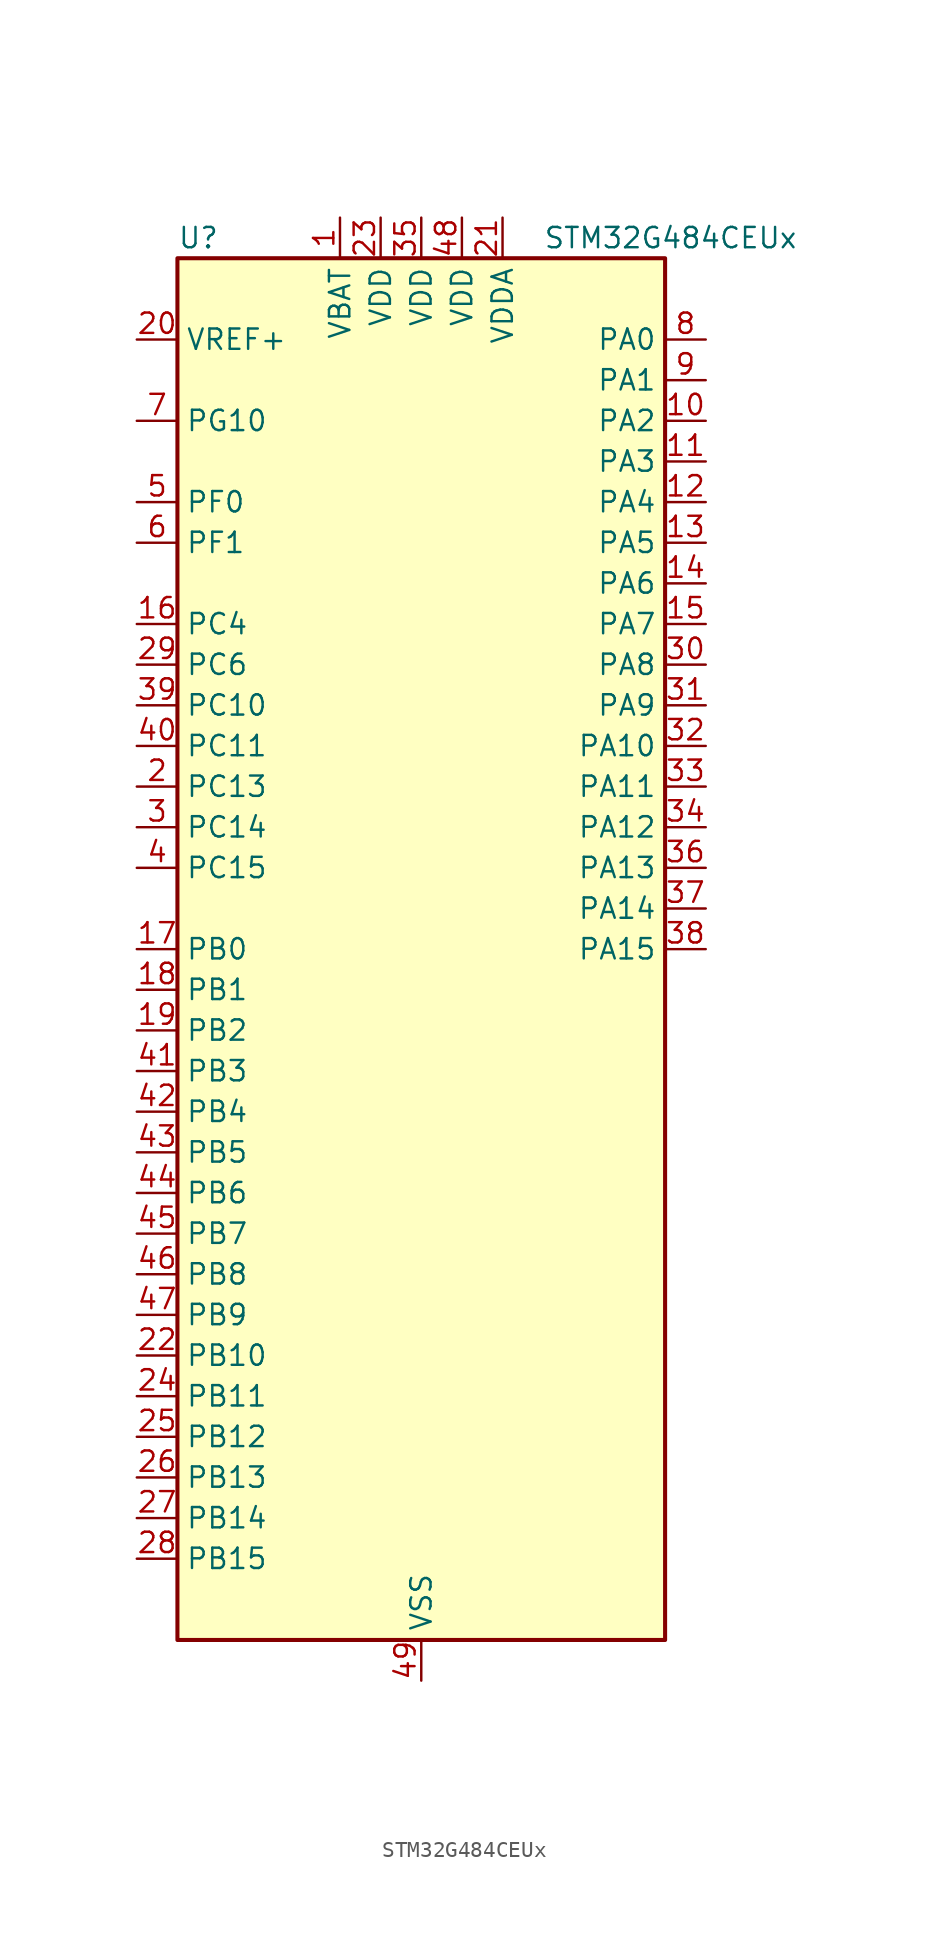
<source format=kicad_sym>
(kicad_symbol_lib
  (version 20241209)
  (generator "kicad_symbol_editor")
  (generator_version "9.0")
  (symbol "STM32G484CEUx"
    (property "Reference" "U"
      (at -15.24 44.45 0)
      (effects (font (size 1.27 1.27)) (justify left)))
    (property "Value" "STM32G484CEUx"
      (at 7.62 44.45 0)
      (effects (font (size 1.27 1.27)) (justify left)))
    (symbol "STM32G484CEUx_0_1"
      (rectangle (start -15.24 -43.18) (end 15.24 43.18) (stroke (width 0.254) (type default)) (fill (type background))))
    (symbol "STM32G484CEUx_1_1"
      (pin input line (at -17.78 38.1 0) (length 2.54) (name "VREF+" (effects (font (size 1.27 1.27)))) (number "20" (effects (font (size 1.27 1.27)))) (alternate "VREFBUF_OUT" bidirectional line))
      (pin bidirectional line (at -17.78 33.02 0) (length 2.54) (name "PG10" (effects (font (size 1.27 1.27)))) (number "7" (effects (font (size 1.27 1.27)))) (alternate "DAC1_EXTI10" bidirectional line) (alternate "DAC2_EXTI10" bidirectional line) (alternate "DAC3_EXTI10" bidirectional line) (alternate "DAC4_EXTI10" bidirectional line) (alternate "RCC_MCO" bidirectional line))
      (pin bidirectional line (at -17.78 27.94 0) (length 2.54) (name "PF0" (effects (font (size 1.27 1.27)))) (number "5" (effects (font (size 1.27 1.27)))) (alternate "ADC1_IN10" bidirectional line) (alternate "I2C2_SDA" bidirectional line) (alternate "I2S2_WS" bidirectional line) (alternate "RCC_OSC_IN" bidirectional line) (alternate "SPI2_NSS" bidirectional line) (alternate "TIM1_CH3N" bidirectional line))
      (pin bidirectional line (at -17.78 25.4 0) (length 2.54) (name "PF1" (effects (font (size 1.27 1.27)))) (number "6" (effects (font (size 1.27 1.27)))) (alternate "ADC2_IN10" bidirectional line) (alternate "COMP3_INM" bidirectional line) (alternate "I2S2_CK" bidirectional line) (alternate "RCC_OSC_OUT" bidirectional line) (alternate "SPI2_SCK" bidirectional line))
      (pin bidirectional line (at -17.78 20.32 0) (length 2.54) (name "PC4" (effects (font (size 1.27 1.27)))) (number "16" (effects (font (size 1.27 1.27)))) (alternate "ADC2_IN5" bidirectional line) (alternate "I2C2_SCL" bidirectional line) (alternate "QUADSPI1_BK2_IO3" bidirectional line) (alternate "TIM1_ETR" bidirectional line) (alternate "USART1_TX" bidirectional line))
      (pin bidirectional line (at -17.78 17.78 0) (length 2.54) (name "PC6" (effects (font (size 1.27 1.27)))) (number "29" (effects (font (size 1.27 1.27)))) (alternate "COMP6_OUT" bidirectional line) (alternate "HRTIM1_CHF1" bidirectional line) (alternate "HRTIM1_EEV10" bidirectional line) (alternate "I2C4_SCL" bidirectional line) (alternate "I2S2_MCK" bidirectional line) (alternate "TIM3_CH1" bidirectional line) (alternate "TIM8_CH1" bidirectional line))
      (pin bidirectional line (at -17.78 15.24 0) (length 2.54) (name "PC10" (effects (font (size 1.27 1.27)))) (number "39" (effects (font (size 1.27 1.27)))) (alternate "DAC1_EXTI10" bidirectional line) (alternate "DAC2_EXTI10" bidirectional line) (alternate "DAC3_EXTI10" bidirectional line) (alternate "DAC4_EXTI10" bidirectional line) (alternate "HRTIM1_FLT6" bidirectional line) (alternate "I2S3_CK" bidirectional line) (alternate "SPI3_SCK" bidirectional line) (alternate "TIM8_CH1N" bidirectional line) (alternate "UART4_TX" bidirectional line) (alternate "USART3_TX" bidirectional line))
      (pin bidirectional line (at -17.78 12.7 0) (length 2.54) (name "PC11" (effects (font (size 1.27 1.27)))) (number "40" (effects (font (size 1.27 1.27)))) (alternate "ADC1_EXTI11" bidirectional line) (alternate "ADC2_EXTI11" bidirectional line) (alternate "HRTIM1_EEV2" bidirectional line) (alternate "I2C3_SDA" bidirectional line) (alternate "SPI3_MISO" bidirectional line) (alternate "TIM8_CH2N" bidirectional line) (alternate "UART4_RX" bidirectional line) (alternate "USART3_RX" bidirectional line))
      (pin bidirectional line (at -17.78 10.16 0) (length 2.54) (name "PC13" (effects (font (size 1.27 1.27)))) (number "2" (effects (font (size 1.27 1.27)))) (alternate "RTC_OUT1" bidirectional line) (alternate "RTC_TAMP1" bidirectional line) (alternate "RTC_TS" bidirectional line) (alternate "SYS_WKUP2" bidirectional line) (alternate "TIM1_BKIN" bidirectional line) (alternate "TIM1_CH1N" bidirectional line) (alternate "TIM8_CH4N" bidirectional line))
      (pin bidirectional line (at -17.78 7.62 0) (length 2.54) (name "PC14" (effects (font (size 1.27 1.27)))) (number "3" (effects (font (size 1.27 1.27)))) (alternate "RCC_OSC32_IN" bidirectional line))
      (pin bidirectional line (at -17.78 5.08 0) (length 2.54) (name "PC15" (effects (font (size 1.27 1.27)))) (number "4" (effects (font (size 1.27 1.27)))) (alternate "ADC1_EXTI15" bidirectional line) (alternate "ADC2_EXTI15" bidirectional line) (alternate "RCC_OSC32_OUT" bidirectional line))
      (pin bidirectional line (at -17.78 0 0) (length 2.54) (name "PB0" (effects (font (size 1.27 1.27)))) (number "17" (effects (font (size 1.27 1.27)))) (alternate "ADC1_IN15" bidirectional line) (alternate "ADC3_IN12" bidirectional line) (alternate "COMP4_INP" bidirectional line) (alternate "HRTIM1_FLT5" bidirectional line) (alternate "OPAMP2_VINP" bidirectional line) (alternate "OPAMP2_VINP_SEC" bidirectional line) (alternate "OPAMP3_VINP" bidirectional line) (alternate "OPAMP3_VINP_SEC" bidirectional line) (alternate "QUADSPI1_BK1_IO1" bidirectional line) (alternate "TIM1_CH2N" bidirectional line) (alternate "TIM3_CH3" bidirectional line) (alternate "TIM8_CH2N" bidirectional line) (alternate "UCPD1_FRSTX1" bidirectional line) (alternate "UCPD1_FRSTX2" bidirectional line))
      (pin bidirectional line (at -17.78 -2.54 0) (length 2.54) (name "PB1" (effects (font (size 1.27 1.27)))) (number "18" (effects (font (size 1.27 1.27)))) (alternate "ADC1_IN12" bidirectional line) (alternate "ADC3_IN1" bidirectional line) (alternate "COMP1_INP" bidirectional line) (alternate "COMP4_OUT" bidirectional line) (alternate "HRTIM1_SCOUT" bidirectional line) (alternate "LPUART1_DE" bidirectional line) (alternate "LPUART1_RTS" bidirectional line) (alternate "OPAMP3_VOUT" bidirectional line) (alternate "OPAMP6_VINM" bidirectional line) (alternate "OPAMP6_VINM1" bidirectional line) (alternate "OPAMP6_VINM_SEC" bidirectional line) (alternate "QUADSPI1_BK1_IO0" bidirectional line) (alternate "TIM1_CH3N" bidirectional line) (alternate "TIM3_CH4" bidirectional line) (alternate "TIM8_CH3N" bidirectional line))
      (pin bidirectional line (at -17.78 -5.08 0) (length 2.54) (name "PB2" (effects (font (size 1.27 1.27)))) (number "19" (effects (font (size 1.27 1.27)))) (alternate "ADC2_IN12" bidirectional line) (alternate "ADC3_EXTI2" bidirectional line) (alternate "ADC4_EXTI2" bidirectional line) (alternate "ADC5_EXTI2" bidirectional line) (alternate "COMP4_INM" bidirectional line) (alternate "HRTIM1_SCIN" bidirectional line) (alternate "I2C3_SMBA" bidirectional line) (alternate "LPTIM1_OUT" bidirectional line) (alternate "OPAMP3_VINM" bidirectional line) (alternate "OPAMP3_VINM0" bidirectional line) (alternate "OPAMP3_VINM_SEC" bidirectional line) (alternate "QUADSPI1_BK2_IO1" bidirectional line) (alternate "RTC_OUT2" bidirectional line) (alternate "TIM20_CH1" bidirectional line) (alternate "TIM5_CH1" bidirectional line))
      (pin bidirectional line (at -17.78 -7.62 0) (length 2.54) (name "PB3" (effects (font (size 1.27 1.27)))) (number "41" (effects (font (size 1.27 1.27)))) (alternate "ADC3_EXTI3" bidirectional line) (alternate "ADC4_EXTI3" bidirectional line) (alternate "ADC5_EXTI3" bidirectional line) (alternate "CRS_SYNC" bidirectional line) (alternate "FDCAN3_RX" bidirectional line) (alternate "HRTIM1_EEV9" bidirectional line) (alternate "HRTIM1_SCOUT" bidirectional line) (alternate "I2S3_CK" bidirectional line) (alternate "SAI1_SCK_B" bidirectional line) (alternate "SPI1_SCK" bidirectional line) (alternate "SPI3_SCK" bidirectional line) (alternate "SYS_JTDO-SWO" bidirectional line) (alternate "TIM2_CH2" bidirectional line) (alternate "TIM3_ETR" bidirectional line) (alternate "TIM4_ETR" bidirectional line) (alternate "TIM8_CH1N" bidirectional line) (alternate "USART2_TX" bidirectional line))
      (pin bidirectional line (at -17.78 -10.16 0) (length 2.54) (name "PB4" (effects (font (size 1.27 1.27)))) (number "42" (effects (font (size 1.27 1.27)))) (alternate "FDCAN3_TX" bidirectional line) (alternate "HRTIM1_EEV7" bidirectional line) (alternate "SAI1_MCLK_B" bidirectional line) (alternate "SPI1_MISO" bidirectional line) (alternate "SPI3_MISO" bidirectional line) (alternate "SYS_JTRST" bidirectional line) (alternate "TIM16_CH1" bidirectional line) (alternate "TIM17_BKIN" bidirectional line) (alternate "TIM3_CH1" bidirectional line) (alternate "TIM8_CH2N" bidirectional line) (alternate "UCPD1_CC2" bidirectional line) (alternate "USART2_RX" bidirectional line))
      (pin bidirectional line (at -17.78 -12.7 0) (length 2.54) (name "PB5" (effects (font (size 1.27 1.27)))) (number "43" (effects (font (size 1.27 1.27)))) (alternate "FDCAN2_RX" bidirectional line) (alternate "HRTIM1_EEV6" bidirectional line) (alternate "I2C1_SMBA" bidirectional line) (alternate "I2C3_SDA" bidirectional line) (alternate "I2S3_SD" bidirectional line) (alternate "LPTIM1_IN1" bidirectional line) (alternate "SAI1_SD_B" bidirectional line) (alternate "SPI1_MOSI" bidirectional line) (alternate "SPI3_MOSI" bidirectional line) (alternate "TIM16_BKIN" bidirectional line) (alternate "TIM17_CH1" bidirectional line) (alternate "TIM3_CH2" bidirectional line) (alternate "TIM8_CH3N" bidirectional line) (alternate "USART2_CK" bidirectional line))
      (pin bidirectional line (at -17.78 -15.24 0) (length 2.54) (name "PB6" (effects (font (size 1.27 1.27)))) (number "44" (effects (font (size 1.27 1.27)))) (alternate "COMP4_OUT" bidirectional line) (alternate "FDCAN2_TX" bidirectional line) (alternate "HRTIM1_EEV4" bidirectional line) (alternate "HRTIM1_SCIN" bidirectional line) (alternate "LPTIM1_ETR" bidirectional line) (alternate "SAI1_FS_B" bidirectional line) (alternate "TIM16_CH1N" bidirectional line) (alternate "TIM4_CH1" bidirectional line) (alternate "TIM8_BKIN2" bidirectional line) (alternate "TIM8_CH1" bidirectional line) (alternate "TIM8_ETR" bidirectional line) (alternate "UCPD1_CC1" bidirectional line) (alternate "USART1_TX" bidirectional line))
      (pin bidirectional line (at -17.78 -17.78 0) (length 2.54) (name "PB7" (effects (font (size 1.27 1.27)))) (number "45" (effects (font (size 1.27 1.27)))) (alternate "COMP3_OUT" bidirectional line) (alternate "HRTIM1_EEV3" bidirectional line) (alternate "I2C1_SDA" bidirectional line) (alternate "I2C4_SDA" bidirectional line) (alternate "LPTIM1_IN2" bidirectional line) (alternate "SYS_PVD_IN" bidirectional line) (alternate "TIM17_CH1N" bidirectional line) (alternate "TIM3_CH4" bidirectional line) (alternate "TIM4_CH2" bidirectional line) (alternate "TIM8_BKIN" bidirectional line) (alternate "UART4_CTS" bidirectional line) (alternate "USART1_RX" bidirectional line))
      (pin bidirectional line (at -17.78 -20.32 0) (length 2.54) (name "PB8" (effects (font (size 1.27 1.27)))) (number "46" (effects (font (size 1.27 1.27)))) (alternate "COMP1_OUT" bidirectional line) (alternate "FDCAN1_RX" bidirectional line) (alternate "HRTIM1_EEV8" bidirectional line) (alternate "I2C1_SCL" bidirectional line) (alternate "SAI1_CK1" bidirectional line) (alternate "SAI1_MCLK_A" bidirectional line) (alternate "TIM16_CH1" bidirectional line) (alternate "TIM1_BKIN" bidirectional line) (alternate "TIM4_CH3" bidirectional line) (alternate "TIM8_CH2" bidirectional line) (alternate "USART3_RX" bidirectional line))
      (pin bidirectional line (at -17.78 -22.86 0) (length 2.54) (name "PB9" (effects (font (size 1.27 1.27)))) (number "47" (effects (font (size 1.27 1.27)))) (alternate "COMP2_OUT" bidirectional line) (alternate "DAC1_EXTI9" bidirectional line) (alternate "DAC2_EXTI9" bidirectional line) (alternate "DAC3_EXTI9" bidirectional line) (alternate "DAC4_EXTI9" bidirectional line) (alternate "FDCAN1_TX" bidirectional line) (alternate "HRTIM1_EEV5" bidirectional line) (alternate "I2C1_SDA" bidirectional line) (alternate "IR_OUT" bidirectional line) (alternate "SAI1_D2" bidirectional line) (alternate "SAI1_FS_A" bidirectional line) (alternate "TIM17_CH1" bidirectional line) (alternate "TIM1_CH3N" bidirectional line) (alternate "TIM4_CH4" bidirectional line) (alternate "TIM8_CH3" bidirectional line) (alternate "USART3_TX" bidirectional line))
      (pin bidirectional line (at -17.78 -25.4 0) (length 2.54) (name "PB10" (effects (font (size 1.27 1.27)))) (number "22" (effects (font (size 1.27 1.27)))) (alternate "COMP5_INM" bidirectional line) (alternate "DAC1_EXTI10" bidirectional line) (alternate "DAC2_EXTI10" bidirectional line) (alternate "DAC3_EXTI10" bidirectional line) (alternate "DAC4_EXTI10" bidirectional line) (alternate "HRTIM1_FLT3" bidirectional line) (alternate "LPUART1_RX" bidirectional line) (alternate "OPAMP3_VINM" bidirectional line) (alternate "OPAMP3_VINM1" bidirectional line) (alternate "OPAMP3_VINM_SEC" bidirectional line) (alternate "OPAMP4_VINM" bidirectional line) (alternate "OPAMP4_VINM0" bidirectional line) (alternate "OPAMP4_VINM_SEC" bidirectional line) (alternate "QUADSPI1_CLK" bidirectional line) (alternate "SAI1_SCK_A" bidirectional line) (alternate "TIM1_BKIN" bidirectional line) (alternate "TIM2_CH3" bidirectional line) (alternate "USART3_TX" bidirectional line))
      (pin bidirectional line (at -17.78 -27.94 0) (length 2.54) (name "PB11" (effects (font (size 1.27 1.27)))) (number "24" (effects (font (size 1.27 1.27)))) (alternate "ADC1_EXTI11" bidirectional line) (alternate "ADC1_IN14" bidirectional line) (alternate "ADC2_EXTI11" bidirectional line) (alternate "ADC2_IN14" bidirectional line) (alternate "COMP6_INP" bidirectional line) (alternate "HRTIM1_FLT4" bidirectional line) (alternate "LPUART1_TX" bidirectional line) (alternate "OPAMP4_VINP" bidirectional line) (alternate "OPAMP4_VINP_SEC" bidirectional line) (alternate "OPAMP6_VOUT" bidirectional line) (alternate "QUADSPI1_BK1_NCS" bidirectional line) (alternate "TIM2_CH4" bidirectional line) (alternate "USART3_RX" bidirectional line))
      (pin bidirectional line (at -17.78 -30.48 0) (length 2.54) (name "PB12" (effects (font (size 1.27 1.27)))) (number "25" (effects (font (size 1.27 1.27)))) (alternate "ADC1_IN11" bidirectional line) (alternate "ADC4_IN3" bidirectional line) (alternate "COMP7_INM" bidirectional line) (alternate "FDCAN2_RX" bidirectional line) (alternate "HRTIM1_CHC1" bidirectional line) (alternate "I2C2_SMBA" bidirectional line) (alternate "I2S2_WS" bidirectional line) (alternate "LPUART1_DE" bidirectional line) (alternate "LPUART1_RTS" bidirectional line) (alternate "OPAMP4_VOUT" bidirectional line) (alternate "OPAMP6_VINP" bidirectional line) (alternate "OPAMP6_VINP_SEC" bidirectional line) (alternate "SPI2_NSS" bidirectional line) (alternate "TIM1_BKIN" bidirectional line) (alternate "TIM5_ETR" bidirectional line) (alternate "USART3_CK" bidirectional line))
      (pin bidirectional line (at -17.78 -33.02 0) (length 2.54) (name "PB13" (effects (font (size 1.27 1.27)))) (number "26" (effects (font (size 1.27 1.27)))) (alternate "ADC3_IN5" bidirectional line) (alternate "COMP5_INP" bidirectional line) (alternate "FDCAN2_TX" bidirectional line) (alternate "HRTIM1_CHC2" bidirectional line) (alternate "I2S2_CK" bidirectional line) (alternate "LPUART1_CTS" bidirectional line) (alternate "OPAMP3_VINP" bidirectional line) (alternate "OPAMP3_VINP_SEC" bidirectional line) (alternate "OPAMP4_VINP" bidirectional line) (alternate "OPAMP4_VINP_SEC" bidirectional line) (alternate "OPAMP6_VINP" bidirectional line) (alternate "OPAMP6_VINP_SEC" bidirectional line) (alternate "SPI2_SCK" bidirectional line) (alternate "TIM1_CH1N" bidirectional line) (alternate "USART3_CTS" bidirectional line) (alternate "USART3_NSS" bidirectional line))
      (pin bidirectional line (at -17.78 -35.56 0) (length 2.54) (name "PB14" (effects (font (size 1.27 1.27)))) (number "27" (effects (font (size 1.27 1.27)))) (alternate "ADC1_IN5" bidirectional line) (alternate "ADC4_IN4" bidirectional line) (alternate "COMP4_OUT" bidirectional line) (alternate "COMP7_INP" bidirectional line) (alternate "HRTIM1_CHD1" bidirectional line) (alternate "OPAMP2_VINP" bidirectional line) (alternate "OPAMP2_VINP_SEC" bidirectional line) (alternate "OPAMP5_VINP" bidirectional line) (alternate "OPAMP5_VINP_SEC" bidirectional line) (alternate "SPI2_MISO" bidirectional line) (alternate "TIM15_CH1" bidirectional line) (alternate "TIM1_CH2N" bidirectional line) (alternate "USART3_DE" bidirectional line) (alternate "USART3_RTS" bidirectional line))
      (pin bidirectional line (at -17.78 -38.1 0) (length 2.54) (name "PB15" (effects (font (size 1.27 1.27)))) (number "28" (effects (font (size 1.27 1.27)))) (alternate "ADC1_EXTI15" bidirectional line) (alternate "ADC2_EXTI15" bidirectional line) (alternate "ADC2_IN15" bidirectional line) (alternate "ADC4_IN5" bidirectional line) (alternate "COMP3_OUT" bidirectional line) (alternate "COMP6_INM" bidirectional line) (alternate "HRTIM1_CHD2" bidirectional line) (alternate "I2S2_SD" bidirectional line) (alternate "OPAMP5_VINM" bidirectional line) (alternate "OPAMP5_VINM0" bidirectional line) (alternate "OPAMP5_VINM_SEC" bidirectional line) (alternate "RTC_REFIN" bidirectional line) (alternate "SPI2_MOSI" bidirectional line) (alternate "TIM15_CH1N" bidirectional line) (alternate "TIM15_CH2" bidirectional line) (alternate "TIM1_CH3N" bidirectional line))
      (pin power_in line (at -5.08 45.72 270) (length 2.54) (name "VBAT" (effects (font (size 1.27 1.27)))) (number "1" (effects (font (size 1.27 1.27)))))
      (pin power_in line (at -2.54 45.72 270) (length 2.54) (name "VDD" (effects (font (size 1.27 1.27)))) (number "23" (effects (font (size 1.27 1.27)))))
      (pin power_in line (at 0 45.72 270) (length 2.54) (name "VDD" (effects (font (size 1.27 1.27)))) (number "35" (effects (font (size 1.27 1.27)))))
      (pin power_in line (at 0 -45.72 90) (length 2.54) (name "VSS" (effects (font (size 1.27 1.27)))) (number "49" (effects (font (size 1.27 1.27)))))
      (pin power_in line (at 2.54 45.72 270) (length 2.54) (name "VDD" (effects (font (size 1.27 1.27)))) (number "48" (effects (font (size 1.27 1.27)))))
      (pin power_in line (at 5.08 45.72 270) (length 2.54) (name "VDDA" (effects (font (size 1.27 1.27)))) (number "21" (effects (font (size 1.27 1.27)))))
      (pin bidirectional line (at 17.78 38.1 180) (length 2.54) (name "PA0" (effects (font (size 1.27 1.27)))) (number "8" (effects (font (size 1.27 1.27)))) (alternate "ADC1_IN1" bidirectional line) (alternate "ADC2_IN1" bidirectional line) (alternate "COMP1_INM" bidirectional line) (alternate "COMP1_OUT" bidirectional line) (alternate "COMP3_INP" bidirectional line) (alternate "RTC_TAMP2" bidirectional line) (alternate "SYS_WKUP1" bidirectional line) (alternate "TIM2_CH1" bidirectional line) (alternate "TIM2_ETR" bidirectional line) (alternate "TIM5_CH1" bidirectional line) (alternate "TIM8_BKIN" bidirectional line) (alternate "TIM8_ETR" bidirectional line) (alternate "USART2_CTS" bidirectional line) (alternate "USART2_NSS" bidirectional line))
      (pin bidirectional line (at 17.78 35.56 180) (length 2.54) (name "PA1" (effects (font (size 1.27 1.27)))) (number "9" (effects (font (size 1.27 1.27)))) (alternate "ADC1_IN2" bidirectional line) (alternate "ADC2_IN2" bidirectional line) (alternate "COMP1_INP" bidirectional line) (alternate "OPAMP1_VINP" bidirectional line) (alternate "OPAMP1_VINP_SEC" bidirectional line) (alternate "OPAMP3_VINP" bidirectional line) (alternate "OPAMP3_VINP_SEC" bidirectional line) (alternate "OPAMP6_VINM" bidirectional line) (alternate "OPAMP6_VINM0" bidirectional line) (alternate "OPAMP6_VINM_SEC" bidirectional line) (alternate "RTC_REFIN" bidirectional line) (alternate "TIM15_CH1N" bidirectional line) (alternate "TIM2_CH2" bidirectional line) (alternate "TIM5_CH2" bidirectional line) (alternate "USART2_DE" bidirectional line) (alternate "USART2_RTS" bidirectional line))
      (pin bidirectional line (at 17.78 33.02 180) (length 2.54) (name "PA2" (effects (font (size 1.27 1.27)))) (number "10" (effects (font (size 1.27 1.27)))) (alternate "ADC1_IN3" bidirectional line) (alternate "ADC3_EXTI2" bidirectional line) (alternate "ADC4_EXTI2" bidirectional line) (alternate "ADC5_EXTI2" bidirectional line) (alternate "COMP2_INM" bidirectional line) (alternate "COMP2_OUT" bidirectional line) (alternate "LPUART1_TX" bidirectional line) (alternate "OPAMP1_VOUT" bidirectional line) (alternate "QUADSPI1_BK1_NCS" bidirectional line) (alternate "RCC_LSCO" bidirectional line) (alternate "SYS_WKUP4" bidirectional line) (alternate "TIM15_CH1" bidirectional line) (alternate "TIM2_CH3" bidirectional line) (alternate "TIM5_CH3" bidirectional line) (alternate "UCPD1_FRSTX1" bidirectional line) (alternate "UCPD1_FRSTX2" bidirectional line) (alternate "USART2_TX" bidirectional line))
      (pin bidirectional line (at 17.78 30.48 180) (length 2.54) (name "PA3" (effects (font (size 1.27 1.27)))) (number "11" (effects (font (size 1.27 1.27)))) (alternate "ADC1_IN4" bidirectional line) (alternate "ADC3_EXTI3" bidirectional line) (alternate "ADC4_EXTI3" bidirectional line) (alternate "ADC5_EXTI3" bidirectional line) (alternate "COMP2_INP" bidirectional line) (alternate "LPUART1_RX" bidirectional line) (alternate "OPAMP1_VINM" bidirectional line) (alternate "OPAMP1_VINM0" bidirectional line) (alternate "OPAMP1_VINM_SEC" bidirectional line) (alternate "OPAMP1_VINP" bidirectional line) (alternate "OPAMP1_VINP_SEC" bidirectional line) (alternate "OPAMP5_VINM" bidirectional line) (alternate "OPAMP5_VINM1" bidirectional line) (alternate "OPAMP5_VINM_SEC" bidirectional line) (alternate "QUADSPI1_CLK" bidirectional line) (alternate "SAI1_CK1" bidirectional line) (alternate "SAI1_MCLK_A" bidirectional line) (alternate "TIM15_CH2" bidirectional line) (alternate "TIM2_CH4" bidirectional line) (alternate "TIM5_CH4" bidirectional line) (alternate "USART2_RX" bidirectional line))
      (pin bidirectional line (at 17.78 27.94 180) (length 2.54) (name "PA4" (effects (font (size 1.27 1.27)))) (number "12" (effects (font (size 1.27 1.27)))) (alternate "ADC2_IN17" bidirectional line) (alternate "COMP1_INM" bidirectional line) (alternate "DAC1_OUT1" bidirectional line) (alternate "I2S3_WS" bidirectional line) (alternate "SAI1_FS_B" bidirectional line) (alternate "SPI1_NSS" bidirectional line) (alternate "SPI3_NSS" bidirectional line) (alternate "TIM3_CH2" bidirectional line) (alternate "USART2_CK" bidirectional line))
      (pin bidirectional line (at 17.78 25.4 180) (length 2.54) (name "PA5" (effects (font (size 1.27 1.27)))) (number "13" (effects (font (size 1.27 1.27)))) (alternate "ADC2_IN13" bidirectional line) (alternate "COMP2_INM" bidirectional line) (alternate "DAC1_OUT2" bidirectional line) (alternate "OPAMP2_VINM" bidirectional line) (alternate "OPAMP2_VINM0" bidirectional line) (alternate "OPAMP2_VINM_SEC" bidirectional line) (alternate "SPI1_SCK" bidirectional line) (alternate "TIM2_CH1" bidirectional line) (alternate "TIM2_ETR" bidirectional line) (alternate "UCPD1_FRSTX1" bidirectional line) (alternate "UCPD1_FRSTX2" bidirectional line))
      (pin bidirectional line (at 17.78 22.86 180) (length 2.54) (name "PA6" (effects (font (size 1.27 1.27)))) (number "14" (effects (font (size 1.27 1.27)))) (alternate "ADC2_IN3" bidirectional line) (alternate "COMP1_OUT" bidirectional line) (alternate "DAC2_OUT1" bidirectional line) (alternate "LPUART1_CTS" bidirectional line) (alternate "OPAMP2_VOUT" bidirectional line) (alternate "QUADSPI1_BK1_IO3" bidirectional line) (alternate "SPI1_MISO" bidirectional line) (alternate "TIM16_CH1" bidirectional line) (alternate "TIM1_BKIN" bidirectional line) (alternate "TIM3_CH1" bidirectional line) (alternate "TIM8_BKIN" bidirectional line))
      (pin bidirectional line (at 17.78 20.32 180) (length 2.54) (name "PA7" (effects (font (size 1.27 1.27)))) (number "15" (effects (font (size 1.27 1.27)))) (alternate "ADC2_IN4" bidirectional line) (alternate "COMP2_INP" bidirectional line) (alternate "COMP2_OUT" bidirectional line) (alternate "OPAMP1_VINP" bidirectional line) (alternate "OPAMP1_VINP_SEC" bidirectional line) (alternate "OPAMP2_VINP" bidirectional line) (alternate "OPAMP2_VINP_SEC" bidirectional line) (alternate "QUADSPI1_BK1_IO2" bidirectional line) (alternate "SPI1_MOSI" bidirectional line) (alternate "TIM17_CH1" bidirectional line) (alternate "TIM1_CH1N" bidirectional line) (alternate "TIM3_CH2" bidirectional line) (alternate "TIM8_CH1N" bidirectional line) (alternate "UCPD1_FRSTX1" bidirectional line) (alternate "UCPD1_FRSTX2" bidirectional line))
      (pin bidirectional line (at 17.78 17.78 180) (length 2.54) (name "PA8" (effects (font (size 1.27 1.27)))) (number "30" (effects (font (size 1.27 1.27)))) (alternate "ADC5_IN1" bidirectional line) (alternate "COMP7_OUT" bidirectional line) (alternate "FDCAN3_RX" bidirectional line) (alternate "HRTIM1_CHA1" bidirectional line) (alternate "I2C2_SDA" bidirectional line) (alternate "I2C3_SCL" bidirectional line) (alternate "I2S2_MCK" bidirectional line) (alternate "OPAMP5_VOUT" bidirectional line) (alternate "RCC_MCO" bidirectional line) (alternate "SAI1_CK2" bidirectional line) (alternate "SAI1_SCK_A" bidirectional line) (alternate "TIM1_CH1" bidirectional line) (alternate "TIM4_ETR" bidirectional line) (alternate "USART1_CK" bidirectional line))
      (pin bidirectional line (at 17.78 15.24 180) (length 2.54) (name "PA9" (effects (font (size 1.27 1.27)))) (number "31" (effects (font (size 1.27 1.27)))) (alternate "ADC5_IN2" bidirectional line) (alternate "COMP5_OUT" bidirectional line) (alternate "DAC1_EXTI9" bidirectional line) (alternate "DAC2_EXTI9" bidirectional line) (alternate "DAC3_EXTI9" bidirectional line) (alternate "DAC4_EXTI9" bidirectional line) (alternate "HRTIM1_CHA2" bidirectional line) (alternate "I2C2_SCL" bidirectional line) (alternate "I2C3_SMBA" bidirectional line) (alternate "I2S3_MCK" bidirectional line) (alternate "SAI1_FS_A" bidirectional line) (alternate "TIM15_BKIN" bidirectional line) (alternate "TIM1_CH2" bidirectional line) (alternate "TIM2_CH3" bidirectional line) (alternate "UCPD1_DBCC1" bidirectional line) (alternate "USART1_TX" bidirectional line))
      (pin bidirectional line (at 17.78 12.7 180) (length 2.54) (name "PA10" (effects (font (size 1.27 1.27)))) (number "32" (effects (font (size 1.27 1.27)))) (alternate "COMP6_OUT" bidirectional line) (alternate "CRS_SYNC" bidirectional line) (alternate "DAC1_EXTI10" bidirectional line) (alternate "DAC2_EXTI10" bidirectional line) (alternate "DAC3_EXTI10" bidirectional line) (alternate "DAC4_EXTI10" bidirectional line) (alternate "HRTIM1_CHB1" bidirectional line) (alternate "I2C2_SMBA" bidirectional line) (alternate "SAI1_D1" bidirectional line) (alternate "SAI1_SD_A" bidirectional line) (alternate "SPI2_MISO" bidirectional line) (alternate "TIM17_BKIN" bidirectional line) (alternate "TIM1_CH3" bidirectional line) (alternate "TIM2_CH4" bidirectional line) (alternate "TIM8_BKIN" bidirectional line) (alternate "UCPD1_DBCC2" bidirectional line) (alternate "USART1_RX" bidirectional line))
      (pin bidirectional line (at 17.78 10.16 180) (length 2.54) (name "PA11" (effects (font (size 1.27 1.27)))) (number "33" (effects (font (size 1.27 1.27)))) (alternate "ADC1_EXTI11" bidirectional line) (alternate "ADC2_EXTI11" bidirectional line) (alternate "COMP1_OUT" bidirectional line) (alternate "FDCAN1_RX" bidirectional line) (alternate "HRTIM1_CHB2" bidirectional line) (alternate "I2S2_SD" bidirectional line) (alternate "SPI2_MOSI" bidirectional line) (alternate "TIM1_BKIN2" bidirectional line) (alternate "TIM1_CH1N" bidirectional line) (alternate "TIM1_CH4" bidirectional line) (alternate "TIM4_CH1" bidirectional line) (alternate "USART1_CTS" bidirectional line) (alternate "USART1_NSS" bidirectional line) (alternate "USB_DM" bidirectional line))
      (pin bidirectional line (at 17.78 7.62 180) (length 2.54) (name "PA12" (effects (font (size 1.27 1.27)))) (number "34" (effects (font (size 1.27 1.27)))) (alternate "COMP2_OUT" bidirectional line) (alternate "FDCAN1_TX" bidirectional line) (alternate "HRTIM1_FLT1" bidirectional line) (alternate "I2S_CKIN" bidirectional line) (alternate "TIM16_CH1" bidirectional line) (alternate "TIM1_CH2N" bidirectional line) (alternate "TIM1_ETR" bidirectional line) (alternate "TIM4_CH2" bidirectional line) (alternate "USART1_DE" bidirectional line) (alternate "USART1_RTS" bidirectional line) (alternate "USB_DP" bidirectional line))
      (pin bidirectional line (at 17.78 5.08 180) (length 2.54) (name "PA13" (effects (font (size 1.27 1.27)))) (number "36" (effects (font (size 1.27 1.27)))) (alternate "I2C1_SCL" bidirectional line) (alternate "I2C4_SCL" bidirectional line) (alternate "IR_OUT" bidirectional line) (alternate "SAI1_SD_B" bidirectional line) (alternate "SYS_JTMS-SWDIO" bidirectional line) (alternate "TIM16_CH1N" bidirectional line) (alternate "TIM4_CH3" bidirectional line) (alternate "USART3_CTS" bidirectional line) (alternate "USART3_NSS" bidirectional line))
      (pin bidirectional line (at 17.78 2.54 180) (length 2.54) (name "PA14" (effects (font (size 1.27 1.27)))) (number "37" (effects (font (size 1.27 1.27)))) (alternate "I2C1_SDA" bidirectional line) (alternate "I2C4_SMBA" bidirectional line) (alternate "LPTIM1_OUT" bidirectional line) (alternate "SAI1_FS_B" bidirectional line) (alternate "SYS_JTCK-SWCLK" bidirectional line) (alternate "TIM1_BKIN" bidirectional line) (alternate "TIM8_CH2" bidirectional line) (alternate "USART2_TX" bidirectional line))
      (pin bidirectional line (at 17.78 0 180) (length 2.54) (name "PA15" (effects (font (size 1.27 1.27)))) (number "38" (effects (font (size 1.27 1.27)))) (alternate "ADC1_EXTI15" bidirectional line) (alternate "ADC2_EXTI15" bidirectional line) (alternate "FDCAN3_TX" bidirectional line) (alternate "HRTIM1_FLT2" bidirectional line) (alternate "I2C1_SCL" bidirectional line) (alternate "I2S3_WS" bidirectional line) (alternate "SPI1_NSS" bidirectional line) (alternate "SPI3_NSS" bidirectional line) (alternate "SYS_JTDI" bidirectional line) (alternate "TIM1_BKIN" bidirectional line) (alternate "TIM2_CH1" bidirectional line) (alternate "TIM2_ETR" bidirectional line) (alternate "TIM8_CH1" bidirectional line) (alternate "UART4_DE" bidirectional line) (alternate "UART4_RTS" bidirectional line) (alternate "USART2_RX" bidirectional line)))))
</source>
